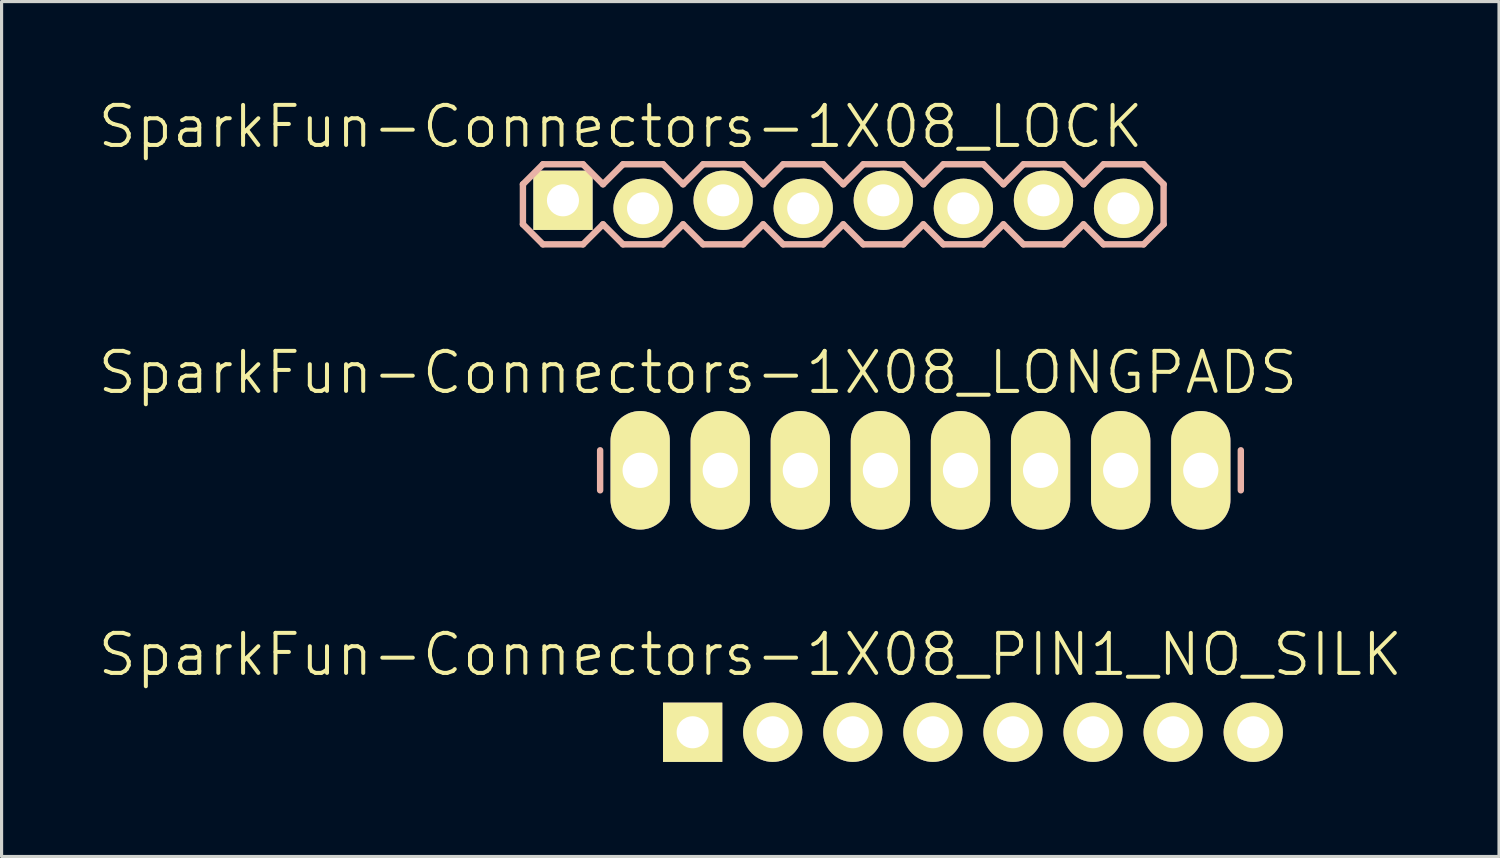
<source format=kicad_pcb>
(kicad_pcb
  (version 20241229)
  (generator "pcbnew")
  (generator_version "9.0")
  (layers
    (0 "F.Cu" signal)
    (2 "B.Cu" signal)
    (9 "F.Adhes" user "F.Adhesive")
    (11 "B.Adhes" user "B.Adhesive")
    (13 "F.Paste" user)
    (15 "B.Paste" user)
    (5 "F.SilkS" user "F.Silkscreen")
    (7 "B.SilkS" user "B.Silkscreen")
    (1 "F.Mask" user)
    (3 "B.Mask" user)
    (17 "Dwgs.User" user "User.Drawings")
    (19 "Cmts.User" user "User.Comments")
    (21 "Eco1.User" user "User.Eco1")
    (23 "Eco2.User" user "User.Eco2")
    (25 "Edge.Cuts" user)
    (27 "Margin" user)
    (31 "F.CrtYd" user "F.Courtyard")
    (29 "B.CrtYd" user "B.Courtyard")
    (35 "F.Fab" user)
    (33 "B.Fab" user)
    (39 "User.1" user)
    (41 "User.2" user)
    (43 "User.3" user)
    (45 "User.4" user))
  (footprint "SparkFun-Connectors-1X08_PIN1_NO_SILK"
    (layer "F.Cu")
    (at 18.918 20.175)
    (property "Reference" "SparkFun-Connectors-1X08_PIN1_NO_SILK" (at 1.829 -2.464 0) (layer "F.SilkS") (effects (font (size 1.27 1.27) (thickness 0.127))))
    (attr exclude_from_pos_files exclude_from_bom)
    (fp_line (start -0.254 -0.254) (end 0.254 -0.254) (stroke (width 0.066) (type solid)) (layer "F.SilkS"))
    (fp_line (start -0.254 0.254) (end -0.254 -0.254) (stroke (width 0.066) (type solid)) (layer "F.SilkS"))
    (fp_line (start -0.254 0.254) (end 0.254 0.254) (stroke (width 0.066) (type solid)) (layer "F.SilkS"))
    (fp_line (start 0.254 0.254) (end 0.254 -0.254) (stroke (width 0.066) (type solid)) (layer "F.SilkS"))
    (fp_line (start 2.286 -0.254) (end 2.794 -0.254) (stroke (width 0.066) (type solid)) (layer "F.SilkS"))
    (fp_line (start 2.286 0.254) (end 2.286 -0.254) (stroke (width 0.066) (type solid)) (layer "F.SilkS"))
    (fp_line (start 2.286 0.254) (end 2.794 0.254) (stroke (width 0.066) (type solid)) (layer "F.SilkS"))
    (fp_line (start 2.794 0.254) (end 2.794 -0.254) (stroke (width 0.066) (type solid)) (layer "F.SilkS"))
    (fp_line (start 4.826 -0.254) (end 5.334 -0.254) (stroke (width 0.066) (type solid)) (layer "F.SilkS"))
    (fp_line (start 4.826 0.254) (end 4.826 -0.254) (stroke (width 0.066) (type solid)) (layer "F.SilkS"))
    (fp_line (start 4.826 0.254) (end 5.334 0.254) (stroke (width 0.066) (type solid)) (layer "F.SilkS"))
    (fp_line (start 5.334 0.254) (end 5.334 -0.254) (stroke (width 0.066) (type solid)) (layer "F.SilkS"))
    (fp_line (start 7.366 -0.254) (end 7.874 -0.254) (stroke (width 0.066) (type solid)) (layer "F.SilkS"))
    (fp_line (start 7.366 0.254) (end 7.366 -0.254) (stroke (width 0.066) (type solid)) (layer "F.SilkS"))
    (fp_line (start 7.366 0.254) (end 7.874 0.254) (stroke (width 0.066) (type solid)) (layer "F.SilkS"))
    (fp_line (start 7.874 0.254) (end 7.874 -0.254) (stroke (width 0.066) (type solid)) (layer "F.SilkS"))
    (fp_line (start 9.906 -0.254) (end 10.414 -0.254) (stroke (width 0.066) (type solid)) (layer "F.SilkS"))
    (fp_line (start 9.906 0.254) (end 9.906 -0.254) (stroke (width 0.066) (type solid)) (layer "F.SilkS"))
    (fp_line (start 9.906 0.254) (end 10.414 0.254) (stroke (width 0.066) (type solid)) (layer "F.SilkS"))
    (fp_line (start 10.414 0.254) (end 10.414 -0.254) (stroke (width 0.066) (type solid)) (layer "F.SilkS"))
    (fp_line (start 12.446 -0.254) (end 12.954 -0.254) (stroke (width 0.066) (type solid)) (layer "F.SilkS"))
    (fp_line (start 12.446 0.254) (end 12.446 -0.254) (stroke (width 0.066) (type solid)) (layer "F.SilkS"))
    (fp_line (start 12.446 0.254) (end 12.954 0.254) (stroke (width 0.066) (type solid)) (layer "F.SilkS"))
    (fp_line (start 12.954 0.254) (end 12.954 -0.254) (stroke (width 0.066) (type solid)) (layer "F.SilkS"))
    (fp_line (start 14.986 -0.254) (end 15.494 -0.254) (stroke (width 0.066) (type solid)) (layer "F.SilkS"))
    (fp_line (start 14.986 0.254) (end 14.986 -0.254) (stroke (width 0.066) (type solid)) (layer "F.SilkS"))
    (fp_line (start 14.986 0.254) (end 15.494 0.254) (stroke (width 0.066) (type solid)) (layer "F.SilkS"))
    (fp_line (start 15.494 0.254) (end 15.494 -0.254) (stroke (width 0.066) (type solid)) (layer "F.SilkS"))
    (fp_line (start 17.523 -0.254) (end 18.034 -0.254) (stroke (width 0.066) (type solid)) (layer "F.SilkS"))
    (fp_line (start 17.523 0.254) (end 17.523 -0.254) (stroke (width 0.066) (type solid)) (layer "F.SilkS"))
    (fp_line (start 17.523 0.254) (end 18.034 0.254) (stroke (width 0.066) (type solid)) (layer "F.SilkS"))
    (fp_line (start 18.034 0.254) (end 18.034 -0.254) (stroke (width 0.066) (type solid)) (layer "F.SilkS"))
    (pad "1" thru_hole rect (at 0 0) (size 1.88 1.88) (drill 1.016) (layers "*.Cu" "F.Mask" "F.SilkS" "F.Paste"))
    (pad "2" thru_hole circle (at 2.54 0) (size 1.88 1.88) (drill 1.016) (layers "*.Cu" "F.Mask" "F.SilkS" "F.Paste"))
    (pad "3" thru_hole circle (at 5.08 0) (size 1.88 1.88) (drill 1.016) (layers "*.Cu" "F.Mask" "F.SilkS" "F.Paste"))
    (pad "4" thru_hole circle (at 7.62 0) (size 1.88 1.88) (drill 1.016) (layers "*.Cu" "F.Mask" "F.SilkS" "F.Paste"))
    (pad "5" thru_hole circle (at 10.16 0) (size 1.88 1.88) (drill 1.016) (layers "*.Cu" "F.Mask" "F.SilkS" "F.Paste"))
    (pad "6" thru_hole circle (at 12.7 0) (size 1.88 1.88) (drill 1.016) (layers "*.Cu" "F.Mask" "F.SilkS" "F.Paste"))
    (pad "7" thru_hole circle (at 15.24 0) (size 1.88 1.88) (drill 1.016) (layers "*.Cu" "F.Mask" "F.SilkS" "F.Paste"))
    (pad "8" thru_hole circle (at 17.78 0) (size 1.88 1.88) (drill 1.016) (layers "*.Cu" "F.Mask" "F.SilkS" "F.Paste")))
  (footprint "SparkFun-Connectors-1X08_LONGPADS"
    (layer "F.Cu")
    (at 17.254 11.866)
    (property "Reference" "SparkFun-Connectors-1X08_LONGPADS" (at 1.829 -3.099 0) (layer "F.SilkS") (effects (font (size 1.27 1.27) (thickness 0.127))))
    (attr exclude_from_pos_files exclude_from_bom)
    (fp_line (start -0.254 -0.254) (end 0.254 -0.254) (stroke (width 0.066) (type solid)) (layer "F.SilkS"))
    (fp_line (start -0.254 0.254) (end -0.254 -0.254) (stroke (width 0.066) (type solid)) (layer "F.SilkS"))
    (fp_line (start -0.254 0.254) (end 0.254 0.254) (stroke (width 0.066) (type solid)) (layer "F.SilkS"))
    (fp_line (start 0.254 0.254) (end 0.254 -0.254) (stroke (width 0.066) (type solid)) (layer "F.SilkS"))
    (fp_line (start 2.286 -0.254) (end 2.794 -0.254) (stroke (width 0.066) (type solid)) (layer "F.SilkS"))
    (fp_line (start 2.286 0.254) (end 2.286 -0.254) (stroke (width 0.066) (type solid)) (layer "F.SilkS"))
    (fp_line (start 2.286 0.254) (end 2.794 0.254) (stroke (width 0.066) (type solid)) (layer "F.SilkS"))
    (fp_line (start 2.794 0.254) (end 2.794 -0.254) (stroke (width 0.066) (type solid)) (layer "F.SilkS"))
    (fp_line (start 4.826 -0.254) (end 5.334 -0.254) (stroke (width 0.066) (type solid)) (layer "F.SilkS"))
    (fp_line (start 4.826 0.254) (end 4.826 -0.254) (stroke (width 0.066) (type solid)) (layer "F.SilkS"))
    (fp_line (start 4.826 0.254) (end 5.334 0.254) (stroke (width 0.066) (type solid)) (layer "F.SilkS"))
    (fp_line (start 5.334 0.254) (end 5.334 -0.254) (stroke (width 0.066) (type solid)) (layer "F.SilkS"))
    (fp_line (start 7.366 -0.254) (end 7.874 -0.254) (stroke (width 0.066) (type solid)) (layer "F.SilkS"))
    (fp_line (start 7.366 0.254) (end 7.366 -0.254) (stroke (width 0.066) (type solid)) (layer "F.SilkS"))
    (fp_line (start 7.366 0.254) (end 7.874 0.254) (stroke (width 0.066) (type solid)) (layer "F.SilkS"))
    (fp_line (start 7.874 0.254) (end 7.874 -0.254) (stroke (width 0.066) (type solid)) (layer "F.SilkS"))
    (fp_line (start 9.906 -0.254) (end 10.414 -0.254) (stroke (width 0.066) (type solid)) (layer "F.SilkS"))
    (fp_line (start 9.906 0.254) (end 9.906 -0.254) (stroke (width 0.066) (type solid)) (layer "F.SilkS"))
    (fp_line (start 9.906 0.254) (end 10.414 0.254) (stroke (width 0.066) (type solid)) (layer "F.SilkS"))
    (fp_line (start 10.414 0.254) (end 10.414 -0.254) (stroke (width 0.066) (type solid)) (layer "F.SilkS"))
    (fp_line (start 12.446 -0.254) (end 12.954 -0.254) (stroke (width 0.066) (type solid)) (layer "F.SilkS"))
    (fp_line (start 12.446 0.254) (end 12.446 -0.254) (stroke (width 0.066) (type solid)) (layer "F.SilkS"))
    (fp_line (start 12.446 0.254) (end 12.954 0.254) (stroke (width 0.066) (type solid)) (layer "F.SilkS"))
    (fp_line (start 12.954 0.254) (end 12.954 -0.254) (stroke (width 0.066) (type solid)) (layer "F.SilkS"))
    (fp_line (start 14.986 -0.254) (end 15.494 -0.254) (stroke (width 0.066) (type solid)) (layer "F.SilkS"))
    (fp_line (start 14.986 0.254) (end 14.986 -0.254) (stroke (width 0.066) (type solid)) (layer "F.SilkS"))
    (fp_line (start 14.986 0.254) (end 15.494 0.254) (stroke (width 0.066) (type solid)) (layer "F.SilkS"))
    (fp_line (start 15.494 0.254) (end 15.494 -0.254) (stroke (width 0.066) (type solid)) (layer "F.SilkS"))
    (fp_line (start 17.523 -0.254) (end 18.034 -0.254) (stroke (width 0.066) (type solid)) (layer "F.SilkS"))
    (fp_line (start 17.523 0.254) (end 17.523 -0.254) (stroke (width 0.066) (type solid)) (layer "F.SilkS"))
    (fp_line (start 17.523 0.254) (end 18.034 0.254) (stroke (width 0.066) (type solid)) (layer "F.SilkS"))
    (fp_line (start 18.034 0.254) (end 18.034 -0.254) (stroke (width 0.066) (type solid)) (layer "F.SilkS"))
    (fp_line (start -1.27 -0.635) (end -1.27 0.635) (stroke (width 0.203) (type solid)) (layer "B.SilkS"))
    (fp_line (start 19.05 -0.635) (end 19.05 0.635) (stroke (width 0.203) (type solid)) (layer "B.SilkS"))
    (pad "1" thru_hole oval (at 0 0 180) (size 1.88 3.759) (drill 1.118) (layers "*.Cu" "F.Mask" "F.SilkS" "F.Paste"))
    (pad "2" thru_hole oval (at 2.54 0 180) (size 1.88 3.759) (drill 1.118) (layers "*.Cu" "F.Mask" "F.SilkS" "F.Paste"))
    (pad "3" thru_hole oval (at 5.08 0 180) (size 1.88 3.759) (drill 1.118) (layers "*.Cu" "F.Mask" "F.SilkS" "F.Paste"))
    (pad "4" thru_hole oval (at 7.62 0 180) (size 1.88 3.759) (drill 1.118) (layers "*.Cu" "F.Mask" "F.SilkS" "F.Paste"))
    (pad "5" thru_hole oval (at 10.16 0 180) (size 1.88 3.759) (drill 1.118) (layers "*.Cu" "F.Mask" "F.SilkS" "F.Paste"))
    (pad "6" thru_hole oval (at 12.7 0 180) (size 1.88 3.759) (drill 1.118) (layers "*.Cu" "F.Mask" "F.SilkS" "F.Paste"))
    (pad "7" thru_hole oval (at 15.24 0 180) (size 1.88 3.759) (drill 1.118) (layers "*.Cu" "F.Mask" "F.SilkS" "F.Paste"))
    (pad "8" thru_hole oval (at 17.78 0 180) (size 1.88 3.759) (drill 1.118) (layers "*.Cu" "F.Mask" "F.SilkS" "F.Paste")))
  (footprint "SparkFun-Connectors-1X08_LOCK"
    (layer "F.Cu")
    (at 14.805 3.43)
    (property "Reference" "SparkFun-Connectors-1X08_LOCK" (at 1.829 -2.464 0) (layer "F.SilkS") (effects (font (size 1.27 1.27) (thickness 0.127))))
    (attr exclude_from_pos_files exclude_from_bom)
    (fp_line (start -0.254 -0.254) (end 0.254 -0.254) (stroke (width 0.066) (type solid)) (layer "F.SilkS"))
    (fp_line (start -0.254 0.254) (end -0.254 -0.254) (stroke (width 0.066) (type solid)) (layer "F.SilkS"))
    (fp_line (start -0.254 0.254) (end 0.254 0.254) (stroke (width 0.066) (type solid)) (layer "F.SilkS"))
    (fp_line (start 0.254 0.254) (end 0.254 -0.254) (stroke (width 0.066) (type solid)) (layer "F.SilkS"))
    (fp_line (start 2.286 -0.254) (end 2.794 -0.254) (stroke (width 0.066) (type solid)) (layer "F.SilkS"))
    (fp_line (start 2.286 0.254) (end 2.286 -0.254) (stroke (width 0.066) (type solid)) (layer "F.SilkS"))
    (fp_line (start 2.286 0.254) (end 2.794 0.254) (stroke (width 0.066) (type solid)) (layer "F.SilkS"))
    (fp_line (start 2.794 0.254) (end 2.794 -0.254) (stroke (width 0.066) (type solid)) (layer "F.SilkS"))
    (fp_line (start 4.826 -0.254) (end 5.334 -0.254) (stroke (width 0.066) (type solid)) (layer "F.SilkS"))
    (fp_line (start 4.826 0.254) (end 4.826 -0.254) (stroke (width 0.066) (type solid)) (layer "F.SilkS"))
    (fp_line (start 4.826 0.254) (end 5.334 0.254) (stroke (width 0.066) (type solid)) (layer "F.SilkS"))
    (fp_line (start 5.334 0.254) (end 5.334 -0.254) (stroke (width 0.066) (type solid)) (layer "F.SilkS"))
    (fp_line (start 7.366 -0.254) (end 7.874 -0.254) (stroke (width 0.066) (type solid)) (layer "F.SilkS"))
    (fp_line (start 7.366 0.254) (end 7.366 -0.254) (stroke (width 0.066) (type solid)) (layer "F.SilkS"))
    (fp_line (start 7.366 0.254) (end 7.874 0.254) (stroke (width 0.066) (type solid)) (layer "F.SilkS"))
    (fp_line (start 7.874 0.254) (end 7.874 -0.254) (stroke (width 0.066) (type solid)) (layer "F.SilkS"))
    (fp_line (start 9.906 -0.254) (end 10.414 -0.254) (stroke (width 0.066) (type solid)) (layer "F.SilkS"))
    (fp_line (start 9.906 0.254) (end 9.906 -0.254) (stroke (width 0.066) (type solid)) (layer "F.SilkS"))
    (fp_line (start 9.906 0.254) (end 10.414 0.254) (stroke (width 0.066) (type solid)) (layer "F.SilkS"))
    (fp_line (start 10.414 0.254) (end 10.414 -0.254) (stroke (width 0.066) (type solid)) (layer "F.SilkS"))
    (fp_line (start 12.446 -0.254) (end 12.954 -0.254) (stroke (width 0.066) (type solid)) (layer "F.SilkS"))
    (fp_line (start 12.446 0.254) (end 12.446 -0.254) (stroke (width 0.066) (type solid)) (layer "F.SilkS"))
    (fp_line (start 12.446 0.254) (end 12.954 0.254) (stroke (width 0.066) (type solid)) (layer "F.SilkS"))
    (fp_line (start 12.954 0.254) (end 12.954 -0.254) (stroke (width 0.066) (type solid)) (layer "F.SilkS"))
    (fp_line (start 14.986 -0.254) (end 15.494 -0.254) (stroke (width 0.066) (type solid)) (layer "F.SilkS"))
    (fp_line (start 14.986 0.254) (end 14.986 -0.254) (stroke (width 0.066) (type solid)) (layer "F.SilkS"))
    (fp_line (start 14.986 0.254) (end 15.494 0.254) (stroke (width 0.066) (type solid)) (layer "F.SilkS"))
    (fp_line (start 15.494 0.254) (end 15.494 -0.254) (stroke (width 0.066) (type solid)) (layer "F.SilkS"))
    (fp_line (start 17.523 -0.254) (end 18.034 -0.254) (stroke (width 0.066) (type solid)) (layer "F.SilkS"))
    (fp_line (start 17.523 0.254) (end 17.523 -0.254) (stroke (width 0.066) (type solid)) (layer "F.SilkS"))
    (fp_line (start 17.523 0.254) (end 18.034 0.254) (stroke (width 0.066) (type solid)) (layer "F.SilkS"))
    (fp_line (start 18.034 0.254) (end 18.034 -0.254) (stroke (width 0.066) (type solid)) (layer "F.SilkS"))
    (fp_line (start -1.27 -0.635) (end -1.27 0.635) (stroke (width 0.203) (type solid)) (layer "B.SilkS"))
    (fp_line (start -1.27 0.635) (end -0.635 1.27) (stroke (width 0.203) (type solid)) (layer "B.SilkS"))
    (fp_line (start -0.635 -1.27) (end -1.27 -0.635) (stroke (width 0.203) (type solid)) (layer "B.SilkS"))
    (fp_line (start -0.635 -1.27) (end 0.635 -1.27) (stroke (width 0.203) (type solid)) (layer "B.SilkS"))
    (fp_line (start 0.635 -1.27) (end 1.27 -0.635) (stroke (width 0.203) (type solid)) (layer "B.SilkS"))
    (fp_line (start 0.635 1.27) (end -0.635 1.27) (stroke (width 0.203) (type solid)) (layer "B.SilkS"))
    (fp_line (start 1.27 -0.635) (end 1.905 -1.27) (stroke (width 0.203) (type solid)) (layer "B.SilkS"))
    (fp_line (start 1.27 0.635) (end 0.635 1.27) (stroke (width 0.203) (type solid)) (layer "B.SilkS"))
    (fp_line (start 1.905 -1.27) (end 3.175 -1.27) (stroke (width 0.203) (type solid)) (layer "B.SilkS"))
    (fp_line (start 1.905 1.27) (end 1.27 0.635) (stroke (width 0.203) (type solid)) (layer "B.SilkS"))
    (fp_line (start 3.175 -1.27) (end 3.81 -0.635) (stroke (width 0.203) (type solid)) (layer "B.SilkS"))
    (fp_line (start 3.175 1.27) (end 1.905 1.27) (stroke (width 0.203) (type solid)) (layer "B.SilkS"))
    (fp_line (start 3.81 -0.635) (end 4.445 -1.27) (stroke (width 0.203) (type solid)) (layer "B.SilkS"))
    (fp_line (start 3.81 0.635) (end 3.175 1.27) (stroke (width 0.203) (type solid)) (layer "B.SilkS"))
    (fp_line (start 4.445 -1.27) (end 5.715 -1.27) (stroke (width 0.203) (type solid)) (layer "B.SilkS"))
    (fp_line (start 4.445 1.27) (end 3.81 0.635) (stroke (width 0.203) (type solid)) (layer "B.SilkS"))
    (fp_line (start 5.715 -1.27) (end 6.35 -0.635) (stroke (width 0.203) (type solid)) (layer "B.SilkS"))
    (fp_line (start 5.715 1.27) (end 4.445 1.27) (stroke (width 0.203) (type solid)) (layer "B.SilkS"))
    (fp_line (start 6.35 0.635) (end 5.715 1.27) (stroke (width 0.203) (type solid)) (layer "B.SilkS"))
    (fp_line (start 6.35 0.635) (end 6.985 1.27) (stroke (width 0.203) (type solid)) (layer "B.SilkS"))
    (fp_line (start 6.985 -1.27) (end 6.35 -0.635) (stroke (width 0.203) (type solid)) (layer "B.SilkS"))
    (fp_line (start 6.985 -1.27) (end 8.255 -1.27) (stroke (width 0.203) (type solid)) (layer "B.SilkS"))
    (fp_line (start 8.255 -1.27) (end 8.89 -0.635) (stroke (width 0.203) (type solid)) (layer "B.SilkS"))
    (fp_line (start 8.255 1.27) (end 6.985 1.27) (stroke (width 0.203) (type solid)) (layer "B.SilkS"))
    (fp_line (start 8.89 -0.635) (end 9.525 -1.27) (stroke (width 0.203) (type solid)) (layer "B.SilkS"))
    (fp_line (start 8.89 0.635) (end 8.255 1.27) (stroke (width 0.203) (type solid)) (layer "B.SilkS"))
    (fp_line (start 9.525 -1.27) (end 10.795 -1.27) (stroke (width 0.203) (type solid)) (layer "B.SilkS"))
    (fp_line (start 9.525 1.27) (end 8.89 0.635) (stroke (width 0.203) (type solid)) (layer "B.SilkS"))
    (fp_line (start 10.795 -1.27) (end 11.43 -0.635) (stroke (width 0.203) (type solid)) (layer "B.SilkS"))
    (fp_line (start 10.795 1.27) (end 9.525 1.27) (stroke (width 0.203) (type solid)) (layer "B.SilkS"))
    (fp_line (start 11.43 -0.635) (end 12.065 -1.27) (stroke (width 0.203) (type solid)) (layer "B.SilkS"))
    (fp_line (start 11.43 0.635) (end 10.795 1.27) (stroke (width 0.203) (type solid)) (layer "B.SilkS"))
    (fp_line (start 12.065 -1.27) (end 13.335 -1.27) (stroke (width 0.203) (type solid)) (layer "B.SilkS"))
    (fp_line (start 12.065 1.27) (end 11.43 0.635) (stroke (width 0.203) (type solid)) (layer "B.SilkS"))
    (fp_line (start 13.335 -1.27) (end 13.97 -0.635) (stroke (width 0.203) (type solid)) (layer "B.SilkS"))
    (fp_line (start 13.335 1.27) (end 12.065 1.27) (stroke (width 0.203) (type solid)) (layer "B.SilkS"))
    (fp_line (start 13.97 0.635) (end 13.335 1.27) (stroke (width 0.203) (type solid)) (layer "B.SilkS"))
    (fp_line (start 13.97 0.635) (end 14.605 1.27) (stroke (width 0.203) (type solid)) (layer "B.SilkS"))
    (fp_line (start 14.605 -1.27) (end 13.97 -0.635) (stroke (width 0.203) (type solid)) (layer "B.SilkS"))
    (fp_line (start 14.605 -1.27) (end 15.875 -1.27) (stroke (width 0.203) (type solid)) (layer "B.SilkS"))
    (fp_line (start 15.875 -1.27) (end 16.51 -0.635) (stroke (width 0.203) (type solid)) (layer "B.SilkS"))
    (fp_line (start 15.875 1.27) (end 14.605 1.27) (stroke (width 0.203) (type solid)) (layer "B.SilkS"))
    (fp_line (start 16.51 0.635) (end 15.875 1.27) (stroke (width 0.203) (type solid)) (layer "B.SilkS"))
    (fp_line (start 16.51 0.635) (end 17.145 1.27) (stroke (width 0.203) (type solid)) (layer "B.SilkS"))
    (fp_line (start 17.145 -1.27) (end 16.51 -0.635) (stroke (width 0.203) (type solid)) (layer "B.SilkS"))
    (fp_line (start 17.145 -1.27) (end 18.415 -1.27) (stroke (width 0.203) (type solid)) (layer "B.SilkS"))
    (fp_line (start 18.415 -1.27) (end 19.05 -0.635) (stroke (width 0.203) (type solid)) (layer "B.SilkS"))
    (fp_line (start 18.415 1.27) (end 17.145 1.27) (stroke (width 0.203) (type solid)) (layer "B.SilkS"))
    (fp_line (start 19.05 -0.635) (end 19.05 0.635) (stroke (width 0.203) (type solid)) (layer "B.SilkS"))
    (fp_line (start 19.05 0.635) (end 18.415 1.27) (stroke (width 0.203) (type solid)) (layer "B.SilkS"))
    (pad "1" thru_hole rect (at 0 -0.127) (size 1.88 1.88) (drill 1.016) (layers "*.Cu" "F.Mask" "F.SilkS" "F.Paste"))
    (pad "2" thru_hole circle (at 2.54 0.127) (size 1.88 1.88) (drill 1.016) (layers "*.Cu" "F.Mask" "F.SilkS" "F.Paste"))
    (pad "3" thru_hole circle (at 5.08 -0.127) (size 1.88 1.88) (drill 1.016) (layers "*.Cu" "F.Mask" "F.SilkS" "F.Paste"))
    (pad "4" thru_hole circle (at 7.62 0.127) (size 1.88 1.88) (drill 1.016) (layers "*.Cu" "F.Mask" "F.SilkS" "F.Paste"))
    (pad "5" thru_hole circle (at 10.16 -0.127) (size 1.88 1.88) (drill 1.016) (layers "*.Cu" "F.Mask" "F.SilkS" "F.Paste"))
    (pad "6" thru_hole circle (at 12.7 0.127) (size 1.88 1.88) (drill 1.016) (layers "*.Cu" "F.Mask" "F.SilkS" "F.Paste"))
    (pad "7" thru_hole circle (at 15.24 -0.127) (size 1.88 1.88) (drill 1.016) (layers "*.Cu" "F.Mask" "F.SilkS" "F.Paste"))
    (pad "8" thru_hole circle (at 17.78 0.127) (size 1.88 1.88) (drill 1.016) (layers "*.Cu" "F.Mask" "F.SilkS" "F.Paste")))
  (gr_rect
    (start -3 -3)
    (end 44.493 24.115)
    (stroke (width 0.1) (type default))
    (fill no)
    (layer "Edge.Cuts")))
</source>
